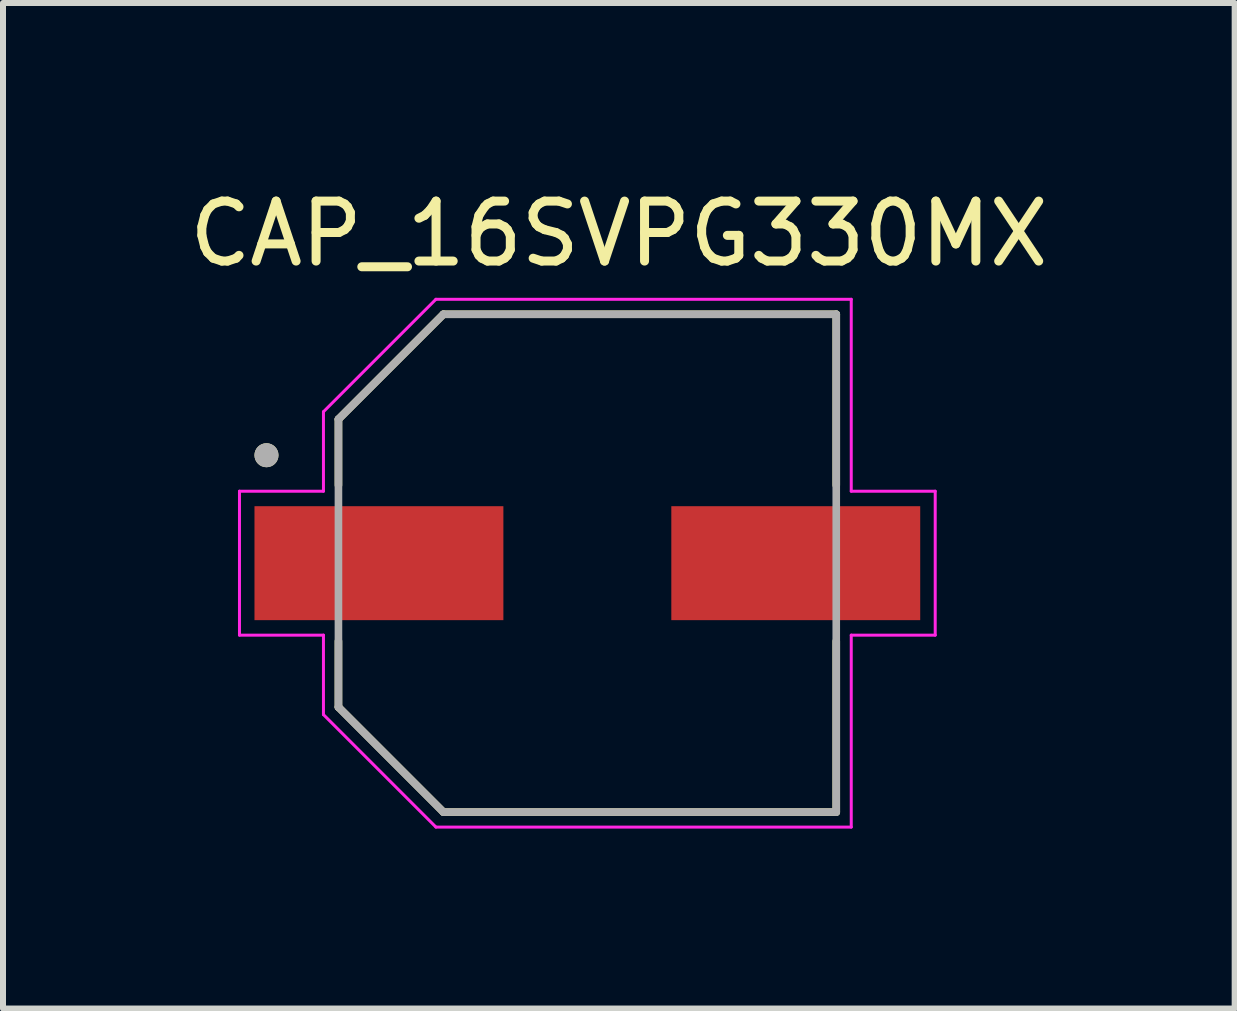
<source format=kicad_pcb>
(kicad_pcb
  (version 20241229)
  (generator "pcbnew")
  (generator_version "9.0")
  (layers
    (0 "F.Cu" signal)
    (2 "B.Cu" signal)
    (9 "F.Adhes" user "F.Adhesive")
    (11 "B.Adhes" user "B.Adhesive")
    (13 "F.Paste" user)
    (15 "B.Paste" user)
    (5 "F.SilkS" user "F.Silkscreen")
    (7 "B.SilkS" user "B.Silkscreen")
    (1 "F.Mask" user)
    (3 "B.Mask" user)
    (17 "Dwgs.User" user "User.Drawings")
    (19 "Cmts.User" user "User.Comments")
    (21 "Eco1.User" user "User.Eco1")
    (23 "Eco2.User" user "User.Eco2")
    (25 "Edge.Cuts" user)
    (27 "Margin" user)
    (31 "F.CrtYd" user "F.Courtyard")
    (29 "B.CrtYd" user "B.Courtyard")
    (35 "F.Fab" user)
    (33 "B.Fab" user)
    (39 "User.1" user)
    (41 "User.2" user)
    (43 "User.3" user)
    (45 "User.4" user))
  (footprint "CAP_16SVPG330MX"
    (layer "F.Cu")
    (at 6.743 6.34)
    (property "Reference" "CAP_16SVPG330MX" (at 0.525 -5.492 0) (layer "F.SilkS") (effects (font (size 1 1) (thickness 0.15))))
    (attr through_hole)
    (fp_line (start -4.15 -2.4) (end -2.4 -4.15) (stroke (width 0.127) (type solid)) (layer "F.SilkS"))
    (fp_line (start -4.15 -1.3) (end -4.15 -2.4) (stroke (width 0.127) (type solid)) (layer "F.SilkS"))
    (fp_line (start -4.15 1.3) (end -4.15 2.4) (stroke (width 0.127) (type solid)) (layer "F.SilkS"))
    (fp_line (start -4.15 2.4) (end -2.4 4.15) (stroke (width 0.127) (type solid)) (layer "F.SilkS"))
    (fp_line (start -2.4 -4.15) (end 4.15 -4.15) (stroke (width 0.127) (type solid)) (layer "F.SilkS"))
    (fp_line (start -2.4 4.15) (end 4.15 4.15) (stroke (width 0.127) (type solid)) (layer "F.SilkS"))
    (fp_line (start 4.15 -4.15) (end 4.15 -1.3) (stroke (width 0.127) (type solid)) (layer "F.SilkS"))
    (fp_line (start 4.15 4.15) (end 4.15 1.3) (stroke (width 0.127) (type solid)) (layer "F.SilkS"))
    (fp_circle (center -5.35 -1.8) (end -5.25 -1.8) (stroke (width 0.2) (type solid)) (fill no) (layer "F.SilkS"))
    (fp_line (start -5.8 -1.2) (end -4.4 -1.2) (stroke (width 0.05) (type solid)) (layer "F.CrtYd"))
    (fp_line (start -5.8 1.2) (end -5.8 -1.2) (stroke (width 0.05) (type solid)) (layer "F.CrtYd"))
    (fp_line (start -4.4 -2.525) (end -2.525 -4.4) (stroke (width 0.05) (type solid)) (layer "F.CrtYd"))
    (fp_line (start -4.4 -1.2) (end -4.4 -2.525) (stroke (width 0.05) (type solid)) (layer "F.CrtYd"))
    (fp_line (start -4.4 1.2) (end -5.8 1.2) (stroke (width 0.05) (type solid)) (layer "F.CrtYd"))
    (fp_line (start -4.4 2.525) (end -4.4 1.2) (stroke (width 0.05) (type solid)) (layer "F.CrtYd"))
    (fp_line (start -2.525 -4.4) (end 4.4 -4.4) (stroke (width 0.05) (type solid)) (layer "F.CrtYd"))
    (fp_line (start -2.525 4.4) (end -4.4 2.525) (stroke (width 0.05) (type solid)) (layer "F.CrtYd"))
    (fp_line (start 4.4 -4.4) (end 4.4 -1.2) (stroke (width 0.05) (type solid)) (layer "F.CrtYd"))
    (fp_line (start 4.4 -1.2) (end 5.8 -1.2) (stroke (width 0.05) (type solid)) (layer "F.CrtYd"))
    (fp_line (start 4.4 1.2) (end 4.4 4.4) (stroke (width 0.05) (type solid)) (layer "F.CrtYd"))
    (fp_line (start 4.4 4.4) (end -2.525 4.4) (stroke (width 0.05) (type solid)) (layer "F.CrtYd"))
    (fp_line (start 5.8 -1.2) (end 5.8 1.2) (stroke (width 0.05) (type solid)) (layer "F.CrtYd"))
    (fp_line (start 5.8 1.2) (end 4.4 1.2) (stroke (width 0.05) (type solid)) (layer "F.CrtYd"))
    (fp_line (start -4.15 -2.4) (end -2.4 -4.15) (stroke (width 0.127) (type solid)) (layer "F.Fab"))
    (fp_line (start -4.15 2.4) (end -4.15 -2.4) (stroke (width 0.127) (type solid)) (layer "F.Fab"))
    (fp_line (start -2.4 -4.15) (end 4.15 -4.15) (stroke (width 0.127) (type solid)) (layer "F.Fab"))
    (fp_line (start -2.4 4.15) (end -4.15 2.4) (stroke (width 0.127) (type solid)) (layer "F.Fab"))
    (fp_line (start 4.15 -4.15) (end 4.15 4.15) (stroke (width 0.127) (type solid)) (layer "F.Fab"))
    (fp_line (start 4.15 4.15) (end -2.4 4.15) (stroke (width 0.127) (type solid)) (layer "F.Fab"))
    (fp_circle (center -5.35 -1.8) (end -5.25 -1.8) (stroke (width 0.2) (type solid)) (fill no) (layer "F.Fab"))
    (pad "1" smd rect (at -3.475 0) (size 4.15 1.9) (layers "F.Cu" "F.Mask" "F.Paste"))
    (pad "2" smd rect (at 3.475 0) (size 4.15 1.9) (layers "F.Cu" "F.Mask" "F.Paste")))
  (gr_rect
    (start -3 -3)
    (end 17.536 13.765)
    (stroke (width 0.1) (type default))
    (fill no)
    (layer "Edge.Cuts")))
</source>
